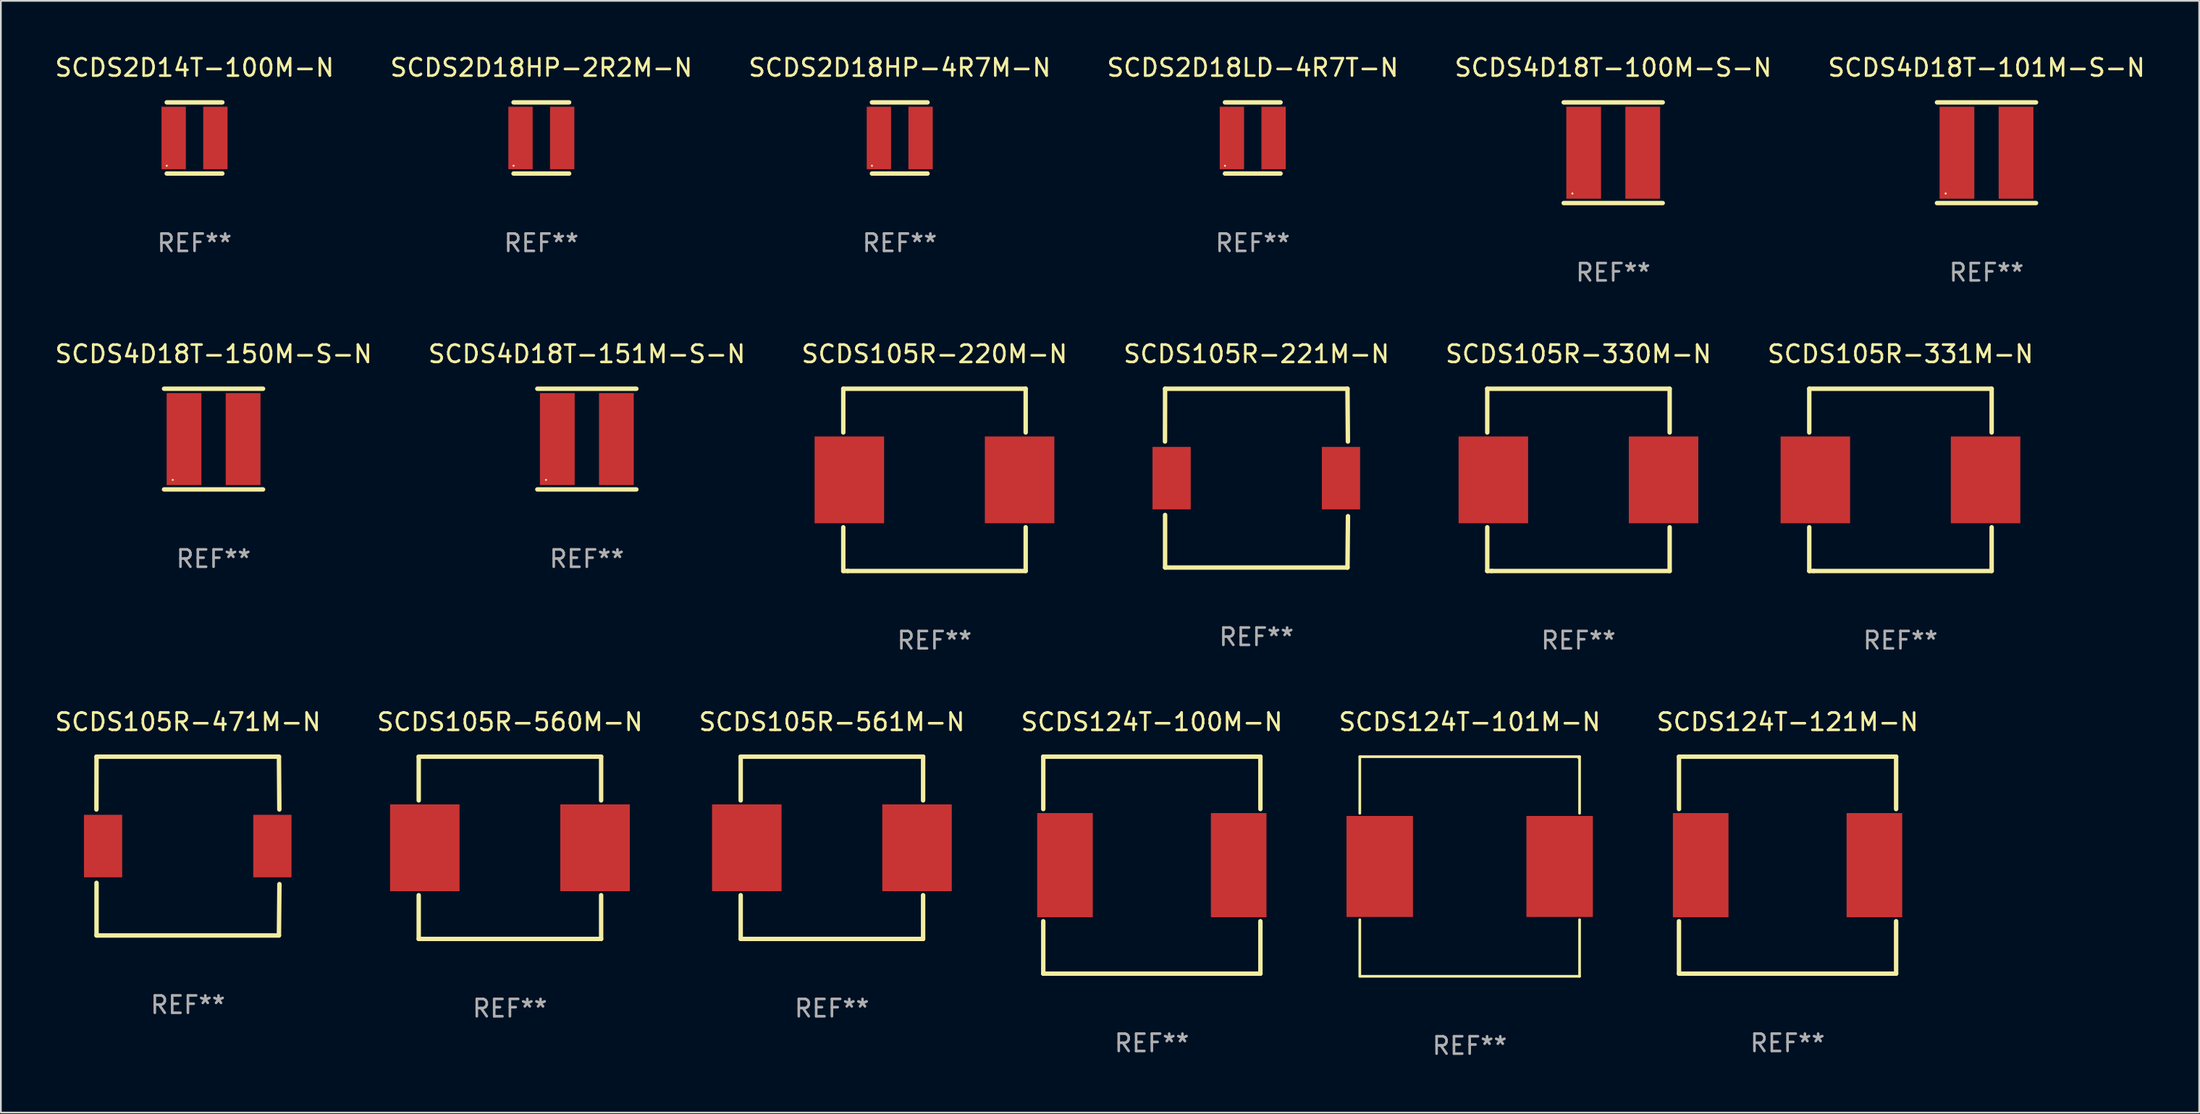
<source format=kicad_pcb>
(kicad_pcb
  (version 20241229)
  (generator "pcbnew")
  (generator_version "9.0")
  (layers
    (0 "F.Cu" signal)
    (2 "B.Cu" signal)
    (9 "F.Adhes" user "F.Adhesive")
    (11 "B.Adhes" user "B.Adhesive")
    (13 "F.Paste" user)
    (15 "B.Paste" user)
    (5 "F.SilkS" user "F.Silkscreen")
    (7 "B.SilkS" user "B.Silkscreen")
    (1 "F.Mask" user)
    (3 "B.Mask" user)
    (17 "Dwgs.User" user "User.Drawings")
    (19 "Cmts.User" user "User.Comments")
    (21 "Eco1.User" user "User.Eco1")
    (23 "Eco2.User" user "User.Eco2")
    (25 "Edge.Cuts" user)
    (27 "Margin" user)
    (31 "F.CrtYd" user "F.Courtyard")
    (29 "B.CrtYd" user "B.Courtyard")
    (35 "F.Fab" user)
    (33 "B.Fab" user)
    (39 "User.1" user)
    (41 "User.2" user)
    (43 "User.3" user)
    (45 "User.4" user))
  (footprint "SCDS105R-220M-N"
    (layer "F.Cu")
    (at 50.744 24.595)
    (property "Reference" "SCDS105R-220M-N" (at 0 -7.25 0) (layer "F.SilkS") (effects (font (size 1 1) (thickness 0.15))))
    (attr through_hole)
    (fp_line (start -5.25 -5.25) (end -5.25 -2.731) (stroke (width 0.254) (type solid)) (layer "F.SilkS"))
    (fp_line (start -5.25 -5.25) (end 5.25 -5.25) (stroke (width 0.254) (type solid)) (layer "F.SilkS"))
    (fp_line (start -5.25 2.731) (end -5.25 5.25) (stroke (width 0.254) (type solid)) (layer "F.SilkS"))
    (fp_line (start -4.989 5.25) (end -5.25 5.25) (stroke (width 0.254) (type solid)) (layer "F.SilkS"))
    (fp_line (start 5.25 -5.25) (end 5.25 -2.731) (stroke (width 0.254) (type solid)) (layer "F.SilkS"))
    (fp_line (start 5.25 2.731) (end 5.25 5.25) (stroke (width 0.254) (type solid)) (layer "F.SilkS"))
    (fp_line (start 5.25 5.25) (end -4.989 5.25) (stroke (width 0.254) (type solid)) (layer "F.SilkS"))
    (fp_circle (center -5.25 5.25) (end -5.22 5.25) (stroke (width 0.06) (type solid)) (fill no) (layer "F.SilkS"))
    (fp_text user "REF**" (at 0 9.25 0) (layer "F.Fab") (effects (font (size 1 1) (thickness 0.15))))
    (pad "1" smd rect (at -4.9 -0.000013) (size 4 5) (layers "F.Cu" "F.Mask" "F.Paste"))
    (pad "2" smd rect (at 4.9 -0.000013) (size 4 5) (layers "F.Cu" "F.Mask" "F.Paste")))
  (footprint "SCDS105R-561M-N"
    (layer "F.Cu")
    (at 44.839 45.791)
    (property "Reference" "SCDS105R-561M-N" (at 0 -7.25 0) (layer "F.SilkS") (effects (font (size 1 1) (thickness 0.15))))
    (attr through_hole)
    (fp_line (start -5.25 -5.25) (end -5.25 -2.731) (stroke (width 0.254) (type solid)) (layer "F.SilkS"))
    (fp_line (start -5.25 -5.25) (end 5.25 -5.25) (stroke (width 0.254) (type solid)) (layer "F.SilkS"))
    (fp_line (start -5.25 2.731) (end -5.25 5.25) (stroke (width 0.254) (type solid)) (layer "F.SilkS"))
    (fp_line (start -4.989 5.25) (end -5.25 5.25) (stroke (width 0.254) (type solid)) (layer "F.SilkS"))
    (fp_line (start 5.25 -5.25) (end 5.25 -2.731) (stroke (width 0.254) (type solid)) (layer "F.SilkS"))
    (fp_line (start 5.25 2.731) (end 5.25 5.25) (stroke (width 0.254) (type solid)) (layer "F.SilkS"))
    (fp_line (start 5.25 5.25) (end -4.989 5.25) (stroke (width 0.254) (type solid)) (layer "F.SilkS"))
    (fp_circle (center -5.25 5.25) (end -5.22 5.25) (stroke (width 0.06) (type solid)) (fill no) (layer "F.SilkS"))
    (fp_text user "REF**" (at 0 9.25 0) (layer "F.Fab") (effects (font (size 1 1) (thickness 0.15))))
    (pad "1" smd rect (at -4.9 -0.000013) (size 4 5) (layers "F.Cu" "F.Mask" "F.Paste"))
    (pad "2" smd rect (at 4.9 -0.000013) (size 4 5) (layers "F.Cu" "F.Mask" "F.Paste")))
  (footprint "SCDS124T-100M-N"
    (layer "F.Cu")
    (at 63.256 46.791)
    (property "Reference" "SCDS124T-100M-N" (at 0 -8.25 0) (layer "F.SilkS") (effects (font (size 1 1) (thickness 0.15))))
    (attr through_hole)
    (fp_line (start -6.25 -6.25) (end -6.25 -3.231) (stroke (width 0.254) (type solid)) (layer "F.SilkS"))
    (fp_line (start -6.25 -6.25) (end 6.25 -6.25) (stroke (width 0.254) (type solid)) (layer "F.SilkS"))
    (fp_line (start -6.25 3.231) (end -6.25 6.25) (stroke (width 0.254) (type solid)) (layer "F.SilkS"))
    (fp_line (start -6.25 6.25) (end 6.25 6.25) (stroke (width 0.254) (type solid)) (layer "F.SilkS"))
    (fp_line (start 6.25 -6.25) (end 6.25 -3.231) (stroke (width 0.254) (type solid)) (layer "F.SilkS"))
    (fp_line (start 6.25 3.231) (end 6.25 6.25) (stroke (width 0.254) (type solid)) (layer "F.SilkS"))
    (fp_circle (center -6.25 6.25) (end -6.22 6.25) (stroke (width 0.06) (type solid)) (fill no) (layer "F.SilkS"))
    (fp_text user "REF**" (at 0 10.25 0) (layer "F.Fab") (effects (font (size 1 1) (thickness 0.15))))
    (pad "1" smd rect (at -5 0) (size 3.2 6) (layers "F.Cu" "F.Mask" "F.Paste"))
    (pad "2" smd rect (at 5 0) (size 3.2 6) (layers "F.Cu" "F.Mask" "F.Paste")))
  (footprint "SCDS4D18T-100M-S-N"
    (layer "F.Cu")
    (at 89.815 5.748)
    (property "Reference" "SCDS4D18T-100M-S-N" (at 0 -4.9 0) (layer "F.SilkS") (effects (font (size 1 1) (thickness 0.15))))
    (attr through_hole)
    (fp_line (start -2.85 -2.9) (end 2.85 -2.9) (stroke (width 0.254) (type solid)) (layer "F.SilkS"))
    (fp_line (start -2.85 2.9) (end 2.85 2.9) (stroke (width 0.254) (type solid)) (layer "F.SilkS"))
    (fp_circle (center -2.35 2.35) (end -2.32 2.35) (stroke (width 0.06) (type solid)) (fill no) (layer "F.SilkS"))
    (fp_text user "REF**" (at 0 6.9 0) (layer "F.Fab") (effects (font (size 1 1) (thickness 0.15))))
    (pad "1" smd rect (at -1.7 0) (size 2 5.3) (layers "F.Cu" "F.Mask" "F.Paste"))
    (pad "2" smd rect (at 1.7 0) (size 2 5.3) (layers "F.Cu" "F.Mask" "F.Paste")))
  (footprint "SCDS105R-471M-N"
    (layer "F.Cu")
    (at 7.768 45.691)
    (property "Reference" "SCDS105R-471M-N" (at 0 -7.15 0) (layer "F.SilkS") (effects (font (size 1 1) (thickness 0.15))))
    (attr through_hole)
    (fp_line (start -5.267 -2.108) (end -5.261 -5.15) (stroke (width 0.254) (type solid)) (layer "F.SilkS"))
    (fp_line (start -5.261 -5.15) (end 5.239 -5.15) (stroke (width 0.254) (type solid)) (layer "F.SilkS"))
    (fp_line (start -5.261 5.15) (end -5.261 2.12) (stroke (width 0.254) (type solid)) (layer "F.SilkS"))
    (fp_line (start 5.239 -5.15) (end 5.263 -2.108) (stroke (width 0.254) (type solid)) (layer "F.SilkS"))
    (fp_line (start 5.239 5.15) (end -5.261 5.15) (stroke (width 0.254) (type solid)) (layer "F.SilkS"))
    (fp_line (start 5.267 2.192) (end 5.239 5.15) (stroke (width 0.254) (type solid)) (layer "F.SilkS"))
    (fp_circle (center -5.261 5.15) (end -5.231 5.15) (stroke (width 0.06) (type solid)) (fill no) (layer "F.SilkS"))
    (fp_text user "REF**" (at 0 9.15 0) (layer "F.Fab") (effects (font (size 1 1) (thickness 0.15))))
    (pad "1" smd rect (at -4.885 0) (size 2.2 3.6) (layers "F.Cu" "F.Mask" "F.Paste"))
    (pad "2" smd rect (at 4.863 0) (size 2.2 3.6) (layers "F.Cu" "F.Mask" "F.Paste")))
  (footprint "SCDS105R-330M-N"
    (layer "F.Cu")
    (at 87.815 24.595)
    (property "Reference" "SCDS105R-330M-N" (at 0 -7.25 0) (layer "F.SilkS") (effects (font (size 1 1) (thickness 0.15))))
    (attr through_hole)
    (fp_line (start -5.25 -5.25) (end -5.25 -2.731) (stroke (width 0.254) (type solid)) (layer "F.SilkS"))
    (fp_line (start -5.25 -5.25) (end 5.25 -5.25) (stroke (width 0.254) (type solid)) (layer "F.SilkS"))
    (fp_line (start -5.25 2.731) (end -5.25 5.25) (stroke (width 0.254) (type solid)) (layer "F.SilkS"))
    (fp_line (start -4.989 5.25) (end -5.25 5.25) (stroke (width 0.254) (type solid)) (layer "F.SilkS"))
    (fp_line (start 5.25 -5.25) (end 5.25 -2.731) (stroke (width 0.254) (type solid)) (layer "F.SilkS"))
    (fp_line (start 5.25 2.731) (end 5.25 5.25) (stroke (width 0.254) (type solid)) (layer "F.SilkS"))
    (fp_line (start 5.25 5.25) (end -4.989 5.25) (stroke (width 0.254) (type solid)) (layer "F.SilkS"))
    (fp_circle (center -5.25 5.25) (end -5.22 5.25) (stroke (width 0.06) (type solid)) (fill no) (layer "F.SilkS"))
    (fp_text user "REF**" (at 0 9.25 0) (layer "F.Fab") (effects (font (size 1 1) (thickness 0.15))))
    (pad "1" smd rect (at -4.9 -0.000013) (size 4 5) (layers "F.Cu" "F.Mask" "F.Paste"))
    (pad "2" smd rect (at 4.9 -0.000013) (size 4 5) (layers "F.Cu" "F.Mask" "F.Paste")))
  (footprint "SCDS105R-331M-N"
    (layer "F.Cu")
    (at 106.351 24.595)
    (property "Reference" "SCDS105R-331M-N" (at 0 -7.25 0) (layer "F.SilkS") (effects (font (size 1 1) (thickness 0.15))))
    (attr through_hole)
    (fp_line (start -5.25 -5.25) (end -5.25 -2.731) (stroke (width 0.254) (type solid)) (layer "F.SilkS"))
    (fp_line (start -5.25 -5.25) (end 5.25 -5.25) (stroke (width 0.254) (type solid)) (layer "F.SilkS"))
    (fp_line (start -5.25 2.731) (end -5.25 5.25) (stroke (width 0.254) (type solid)) (layer "F.SilkS"))
    (fp_line (start -4.989 5.25) (end -5.25 5.25) (stroke (width 0.254) (type solid)) (layer "F.SilkS"))
    (fp_line (start 5.25 -5.25) (end 5.25 -2.731) (stroke (width 0.254) (type solid)) (layer "F.SilkS"))
    (fp_line (start 5.25 2.731) (end 5.25 5.25) (stroke (width 0.254) (type solid)) (layer "F.SilkS"))
    (fp_line (start 5.25 5.25) (end -4.989 5.25) (stroke (width 0.254) (type solid)) (layer "F.SilkS"))
    (fp_circle (center -5.25 5.25) (end -5.22 5.25) (stroke (width 0.06) (type solid)) (fill no) (layer "F.SilkS"))
    (fp_text user "REF**" (at 0 9.25 0) (layer "F.Fab") (effects (font (size 1 1) (thickness 0.15))))
    (pad "1" smd rect (at -4.9 -0.000013) (size 4 5) (layers "F.Cu" "F.Mask" "F.Paste"))
    (pad "2" smd rect (at 4.9 -0.000013) (size 4 5) (layers "F.Cu" "F.Mask" "F.Paste")))
  (footprint "SCDS105R-560M-N"
    (layer "F.Cu")
    (at 26.304 45.791)
    (property "Reference" "SCDS105R-560M-N" (at 0 -7.25 0) (layer "F.SilkS") (effects (font (size 1 1) (thickness 0.15))))
    (attr through_hole)
    (fp_line (start -5.25 -5.25) (end -5.25 -2.731) (stroke (width 0.254) (type solid)) (layer "F.SilkS"))
    (fp_line (start -5.25 -5.25) (end 5.25 -5.25) (stroke (width 0.254) (type solid)) (layer "F.SilkS"))
    (fp_line (start -5.25 2.731) (end -5.25 5.25) (stroke (width 0.254) (type solid)) (layer "F.SilkS"))
    (fp_line (start -4.989 5.25) (end -5.25 5.25) (stroke (width 0.254) (type solid)) (layer "F.SilkS"))
    (fp_line (start 5.25 -5.25) (end 5.25 -2.731) (stroke (width 0.254) (type solid)) (layer "F.SilkS"))
    (fp_line (start 5.25 2.731) (end 5.25 5.25) (stroke (width 0.254) (type solid)) (layer "F.SilkS"))
    (fp_line (start 5.25 5.25) (end -4.989 5.25) (stroke (width 0.254) (type solid)) (layer "F.SilkS"))
    (fp_circle (center -5.25 5.25) (end -5.22 5.25) (stroke (width 0.06) (type solid)) (fill no) (layer "F.SilkS"))
    (fp_text user "REF**" (at 0 9.25 0) (layer "F.Fab") (effects (font (size 1 1) (thickness 0.15))))
    (pad "1" smd rect (at -4.9 -0.000013) (size 4 5) (layers "F.Cu" "F.Mask" "F.Paste"))
    (pad "2" smd rect (at 4.9 -0.000013) (size 4 5) (layers "F.Cu" "F.Mask" "F.Paste")))
  (footprint "SCDS124T-101M-N"
    (layer "F.Cu")
    (at 81.554 46.867)
    (property "Reference" "SCDS124T-101M-N" (at 0 -8.326 0) (layer "F.SilkS") (effects (font (size 1 1) (thickness 0.15))))
    (attr through_hole)
    (fp_line (start -6.326 -6.326) (end 6.326 -6.326) (stroke (width 0.152) (type solid)) (layer "F.SilkS"))
    (fp_line (start -6.326 -3.062) (end -6.326 -6.326) (stroke (width 0.152) (type solid)) (layer "F.SilkS"))
    (fp_line (start -6.326 3.062) (end -6.326 6.326) (stroke (width 0.152) (type solid)) (layer "F.SilkS"))
    (fp_line (start -6.326 6.326) (end 6.326 6.326) (stroke (width 0.152) (type solid)) (layer "F.SilkS"))
    (fp_line (start 6.326 -6.326) (end 6.326 -3.062) (stroke (width 0.152) (type solid)) (layer "F.SilkS"))
    (fp_line (start 6.326 6.326) (end 6.326 3.062) (stroke (width 0.152) (type solid)) (layer "F.SilkS"))
    (fp_circle (center 6.25 -6.25) (end 6.28 -6.25) (stroke (width 0.06) (type solid)) (fill no) (layer "F.SilkS"))
    (fp_text user "REF**" (at 0 10.326 0) (layer "F.Fab") (effects (font (size 1 1) (thickness 0.15))))
    (pad "1" smd rect (at 5.178 0) (size 3.824 5.82) (layers "F.Cu" "F.Mask" "F.Paste"))
    (pad "2" smd rect (at -5.178 0) (size 3.824 5.82) (layers "F.Cu" "F.Mask" "F.Paste")))
  (footprint "SCDS4D18T-101M-S-N"
    (layer "F.Cu")
    (at 111.304 5.748)
    (property "Reference" "SCDS4D18T-101M-S-N" (at 0 -4.9 0) (layer "F.SilkS") (effects (font (size 1 1) (thickness 0.15))))
    (attr through_hole)
    (fp_line (start -2.85 -2.9) (end 2.85 -2.9) (stroke (width 0.254) (type solid)) (layer "F.SilkS"))
    (fp_line (start -2.85 2.9) (end 2.85 2.9) (stroke (width 0.254) (type solid)) (layer "F.SilkS"))
    (fp_circle (center -2.35 2.35) (end -2.32 2.35) (stroke (width 0.06) (type solid)) (fill no) (layer "F.SilkS"))
    (fp_text user "REF**" (at 0 6.9 0) (layer "F.Fab") (effects (font (size 1 1) (thickness 0.15))))
    (pad "1" smd rect (at -1.7 0) (size 2 5.3) (layers "F.Cu" "F.Mask" "F.Paste"))
    (pad "2" smd rect (at 1.7 0) (size 2 5.3) (layers "F.Cu" "F.Mask" "F.Paste")))
  (footprint "SCDS105R-221M-N"
    (layer "F.Cu")
    (at 69.28 24.495)
    (property "Reference" "SCDS105R-221M-N" (at 0 -7.15 0) (layer "F.SilkS") (effects (font (size 1 1) (thickness 0.15))))
    (attr through_hole)
    (fp_line (start -5.267 -2.108) (end -5.261 -5.15) (stroke (width 0.254) (type solid)) (layer "F.SilkS"))
    (fp_line (start -5.261 -5.15) (end 5.239 -5.15) (stroke (width 0.254) (type solid)) (layer "F.SilkS"))
    (fp_line (start -5.261 5.15) (end -5.261 2.12) (stroke (width 0.254) (type solid)) (layer "F.SilkS"))
    (fp_line (start 5.239 -5.15) (end 5.263 -2.108) (stroke (width 0.254) (type solid)) (layer "F.SilkS"))
    (fp_line (start 5.239 5.15) (end -5.261 5.15) (stroke (width 0.254) (type solid)) (layer "F.SilkS"))
    (fp_line (start 5.267 2.192) (end 5.239 5.15) (stroke (width 0.254) (type solid)) (layer "F.SilkS"))
    (fp_circle (center -5.261 5.15) (end -5.231 5.15) (stroke (width 0.06) (type solid)) (fill no) (layer "F.SilkS"))
    (fp_text user "REF**" (at 0 9.15 0) (layer "F.Fab") (effects (font (size 1 1) (thickness 0.15))))
    (pad "1" smd rect (at -4.885 0) (size 2.2 3.6) (layers "F.Cu" "F.Mask" "F.Paste"))
    (pad "2" smd rect (at 4.863 0) (size 2.2 3.6) (layers "F.Cu" "F.Mask" "F.Paste")))
  (footprint "SCDS2D14T-100M-N"
    (layer "F.Cu")
    (at 8.149 4.898)
    (property "Reference" "SCDS2D14T-100M-N" (at 0 -4.05 0) (layer "F.SilkS") (effects (font (size 1 1) (thickness 0.15))))
    (attr through_hole)
    (fp_line (start -1.6 2.05) (end 1.6 2.05) (stroke (width 0.254) (type solid)) (layer "F.SilkS"))
    (fp_line (start -1.6 -2.05) (end 1.6 -2.05) (stroke (width 0.254) (type solid)) (layer "F.SilkS"))
    (fp_circle (center -1.6 1.6) (end -1.57 1.6) (stroke (width 0.06) (type solid)) (fill no) (layer "F.SilkS"))
    (fp_text user "REF**" (at 0 6.05 0) (layer "F.Fab") (effects (font (size 1 1) (thickness 0.15))))
    (pad "1" smd rect (at -1.2 0 90) (size 3.6 1.4) (layers "F.Cu" "F.Mask" "F.Paste"))
    (pad "2" smd rect (at 1.2 0 90) (size 3.6 1.4) (layers "F.Cu" "F.Mask" "F.Paste")))
  (footprint "SCDS2D18HP-4R7M-N"
    (layer "F.Cu")
    (at 48.744 4.898)
    (property "Reference" "SCDS2D18HP-4R7M-N" (at 0 -4.05 0) (layer "F.SilkS") (effects (font (size 1 1) (thickness 0.15))))
    (attr through_hole)
    (fp_line (start -1.6 2.05) (end 1.6 2.05) (stroke (width 0.254) (type solid)) (layer "F.SilkS"))
    (fp_line (start -1.6 -2.05) (end 1.6 -2.05) (stroke (width 0.254) (type solid)) (layer "F.SilkS"))
    (fp_circle (center -1.6 1.6) (end -1.57 1.6) (stroke (width 0.06) (type solid)) (fill no) (layer "F.SilkS"))
    (fp_text user "REF**" (at 0 6.05 0) (layer "F.Fab") (effects (font (size 1 1) (thickness 0.15))))
    (pad "1" smd rect (at -1.2 0 90) (size 3.6 1.4) (layers "F.Cu" "F.Mask" "F.Paste"))
    (pad "2" smd rect (at 1.2 0 90) (size 3.6 1.4) (layers "F.Cu" "F.Mask" "F.Paste")))
  (footprint "SCDS4D18T-150M-S-N"
    (layer "F.Cu")
    (at 9.244 22.245)
    (property "Reference" "SCDS4D18T-150M-S-N" (at 0 -4.9 0) (layer "F.SilkS") (effects (font (size 1 1) (thickness 0.15))))
    (attr through_hole)
    (fp_line (start -2.85 -2.9) (end 2.85 -2.9) (stroke (width 0.254) (type solid)) (layer "F.SilkS"))
    (fp_line (start -2.85 2.9) (end 2.85 2.9) (stroke (width 0.254) (type solid)) (layer "F.SilkS"))
    (fp_circle (center -2.35 2.35) (end -2.32 2.35) (stroke (width 0.06) (type solid)) (fill no) (layer "F.SilkS"))
    (fp_text user "REF**" (at 0 6.9 0) (layer "F.Fab") (effects (font (size 1 1) (thickness 0.15))))
    (pad "1" smd rect (at -1.7 0) (size 2 5.3) (layers "F.Cu" "F.Mask" "F.Paste"))
    (pad "2" smd rect (at 1.7 0) (size 2 5.3) (layers "F.Cu" "F.Mask" "F.Paste")))
  (footprint "SCDS4D18T-151M-S-N"
    (layer "F.Cu")
    (at 30.732 22.245)
    (property "Reference" "SCDS4D18T-151M-S-N" (at 0 -4.9 0) (layer "F.SilkS") (effects (font (size 1 1) (thickness 0.15))))
    (attr through_hole)
    (fp_line (start -2.85 -2.9) (end 2.85 -2.9) (stroke (width 0.254) (type solid)) (layer "F.SilkS"))
    (fp_line (start -2.85 2.9) (end 2.85 2.9) (stroke (width 0.254) (type solid)) (layer "F.SilkS"))
    (fp_circle (center -2.35 2.35) (end -2.32 2.35) (stroke (width 0.06) (type solid)) (fill no) (layer "F.SilkS"))
    (fp_text user "REF**" (at 0 6.9 0) (layer "F.Fab") (effects (font (size 1 1) (thickness 0.15))))
    (pad "1" smd rect (at -1.7 0) (size 2 5.3) (layers "F.Cu" "F.Mask" "F.Paste"))
    (pad "2" smd rect (at 1.7 0) (size 2 5.3) (layers "F.Cu" "F.Mask" "F.Paste")))
  (footprint "SCDS124T-121M-N"
    (layer "F.Cu")
    (at 99.851 46.791)
    (property "Reference" "SCDS124T-121M-N" (at 0 -8.25 0) (layer "F.SilkS") (effects (font (size 1 1) (thickness 0.15))))
    (attr through_hole)
    (fp_line (start -6.25 -6.25) (end -6.25 -3.231) (stroke (width 0.254) (type solid)) (layer "F.SilkS"))
    (fp_line (start -6.25 -6.25) (end 6.25 -6.25) (stroke (width 0.254) (type solid)) (layer "F.SilkS"))
    (fp_line (start -6.25 3.231) (end -6.25 6.25) (stroke (width 0.254) (type solid)) (layer "F.SilkS"))
    (fp_line (start -6.25 6.25) (end 6.25 6.25) (stroke (width 0.254) (type solid)) (layer "F.SilkS"))
    (fp_line (start 6.25 -6.25) (end 6.25 -3.231) (stroke (width 0.254) (type solid)) (layer "F.SilkS"))
    (fp_line (start 6.25 3.231) (end 6.25 6.25) (stroke (width 0.254) (type solid)) (layer "F.SilkS"))
    (fp_circle (center -6.25 6.25) (end -6.22 6.25) (stroke (width 0.06) (type solid)) (fill no) (layer "F.SilkS"))
    (fp_text user "REF**" (at 0 10.25 0) (layer "F.Fab") (effects (font (size 1 1) (thickness 0.15))))
    (pad "1" smd rect (at -5 0) (size 3.2 6) (layers "F.Cu" "F.Mask" "F.Paste"))
    (pad "2" smd rect (at 5 0) (size 3.2 6) (layers "F.Cu" "F.Mask" "F.Paste")))
  (footprint "SCDS2D18LD-4R7T-N"
    (layer "F.Cu")
    (at 69.065 4.898)
    (property "Reference" "SCDS2D18LD-4R7T-N" (at 0 -4.05 0) (layer "F.SilkS") (effects (font (size 1 1) (thickness 0.15))))
    (attr through_hole)
    (fp_line (start -1.6 2.05) (end 1.6 2.05) (stroke (width 0.254) (type solid)) (layer "F.SilkS"))
    (fp_line (start -1.6 -2.05) (end 1.6 -2.05) (stroke (width 0.254) (type solid)) (layer "F.SilkS"))
    (fp_circle (center -1.6 1.6) (end -1.57 1.6) (stroke (width 0.06) (type solid)) (fill no) (layer "F.SilkS"))
    (fp_text user "REF**" (at 0 6.05 0) (layer "F.Fab") (effects (font (size 1 1) (thickness 0.15))))
    (pad "1" smd rect (at -1.2 0 90) (size 3.6 1.4) (layers "F.Cu" "F.Mask" "F.Paste"))
    (pad "2" smd rect (at 1.2 0 90) (size 3.6 1.4) (layers "F.Cu" "F.Mask" "F.Paste")))
  (footprint "SCDS2D18HP-2R2M-N"
    (layer "F.Cu")
    (at 28.113 4.898)
    (property "Reference" "SCDS2D18HP-2R2M-N" (at 0 -4.05 0) (layer "F.SilkS") (effects (font (size 1 1) (thickness 0.15))))
    (attr through_hole)
    (fp_line (start -1.6 2.05) (end 1.6 2.05) (stroke (width 0.254) (type solid)) (layer "F.SilkS"))
    (fp_line (start -1.6 -2.05) (end 1.6 -2.05) (stroke (width 0.254) (type solid)) (layer "F.SilkS"))
    (fp_circle (center -1.6 1.6) (end -1.57 1.6) (stroke (width 0.06) (type solid)) (fill no) (layer "F.SilkS"))
    (fp_text user "REF**" (at 0 6.05 0) (layer "F.Fab") (effects (font (size 1 1) (thickness 0.15))))
    (pad "1" smd rect (at -1.2 0 90) (size 3.6 1.4) (layers "F.Cu" "F.Mask" "F.Paste"))
    (pad "2" smd rect (at 1.2 0 90) (size 3.6 1.4) (layers "F.Cu" "F.Mask" "F.Paste")))
  (gr_rect
    (start -3 -3)
    (end 123.548 61.042)
    (stroke (width 0.1) (type default))
    (fill no)
    (layer "Edge.Cuts")))
</source>
